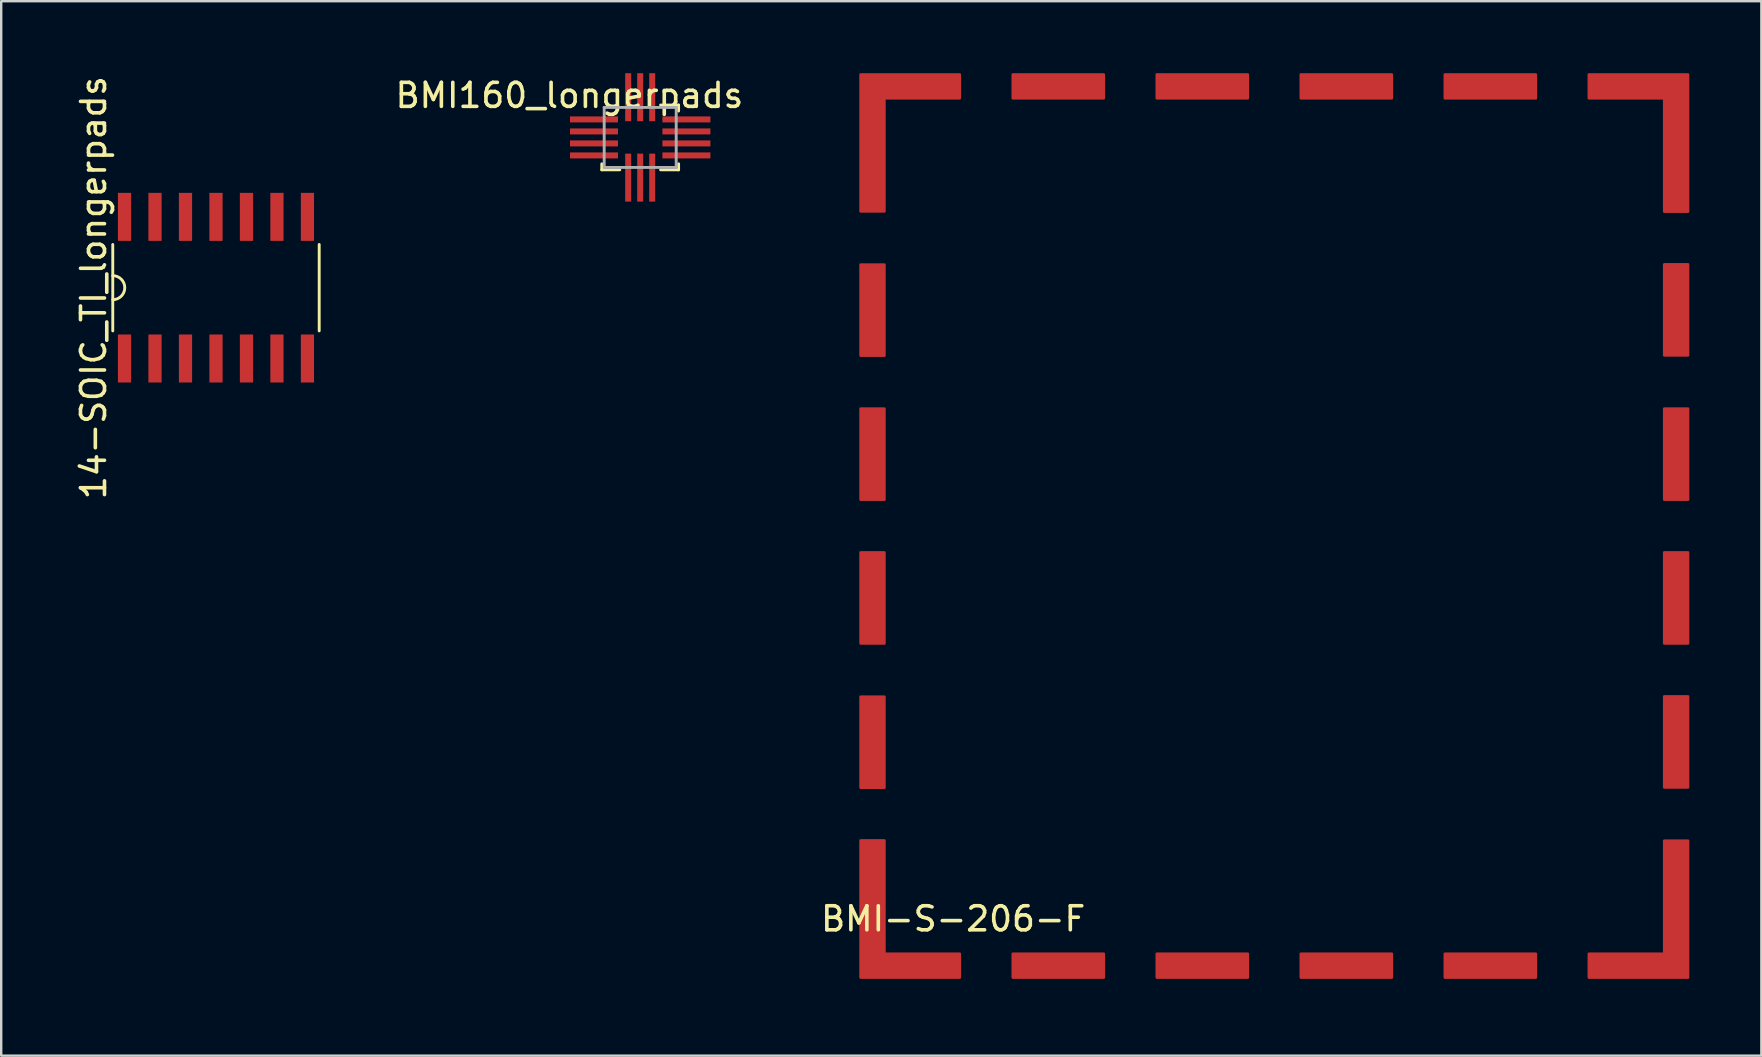
<source format=kicad_pcb>
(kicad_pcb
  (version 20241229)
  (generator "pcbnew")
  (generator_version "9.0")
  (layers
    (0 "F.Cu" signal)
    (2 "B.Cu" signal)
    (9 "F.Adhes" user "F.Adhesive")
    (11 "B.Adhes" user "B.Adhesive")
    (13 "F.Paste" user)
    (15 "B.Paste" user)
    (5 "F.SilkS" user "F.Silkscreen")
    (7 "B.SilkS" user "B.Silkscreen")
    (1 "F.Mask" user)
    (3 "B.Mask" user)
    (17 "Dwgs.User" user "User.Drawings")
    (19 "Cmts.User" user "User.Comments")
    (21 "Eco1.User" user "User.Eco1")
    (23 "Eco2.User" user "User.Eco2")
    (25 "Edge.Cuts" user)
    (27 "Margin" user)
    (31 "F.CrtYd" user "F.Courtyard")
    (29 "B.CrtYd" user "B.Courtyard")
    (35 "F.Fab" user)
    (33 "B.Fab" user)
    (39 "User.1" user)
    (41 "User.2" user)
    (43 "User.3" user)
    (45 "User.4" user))
  (footprint "BMI-S-206-F"
    (layer "F.Cu")
    (at 32.799 37.68)
    (property "Reference" "BMI-S-206-F" (at 3.86 -2.45 0) (layer "F.SilkS") (effects (font (size 1 1) (thickness 0.15))))
    (attr through_hole)
    (pad "1" smd custom (at 1.145 -0.515) (size 0.5 0.5) (layers "F.Cu" "F.Mask" "F.Paste") (options (anchor circle)) (primitives (gr_poly (pts (xy -0.145 -0.485) (xy 2.995 -0.485) (xy 2.995 0.515) (xy -1.145 0.515) (xy -1.145 -5.205) (xy -0.145 -5.205)) (width 0.1) (fill yes))))
    (pad "2" smd custom (at 8.42 -0.46) (size 0.5 0.5) (layers "F.Cu" "F.Mask" "F.Paste") (options (anchor circle)) (primitives (gr_poly (pts (xy 1.72 0.46) (xy -2.08 0.46) (xy -2.08 -0.54) (xy 1.72 -0.54)) (width 0.1) (fill yes))))
    (pad "3" smd custom (at 14.295 -0.44) (size 0.5 0.5) (layers "F.Cu" "F.Mask" "F.Paste") (options (anchor circle)) (primitives (gr_poly (pts (xy 1.845 0.44) (xy -1.955 0.44) (xy -1.955 -0.56) (xy 1.845 -0.56)) (width 0.1) (fill yes))))
    (pad "4" smd custom (at 20.115 -0.47) (size 0.5 0.5) (layers "F.Cu" "F.Mask" "F.Paste") (options (anchor circle)) (primitives (gr_poly (pts (xy 2.025 0.47) (xy -1.775 0.47) (xy -1.775 -0.53) (xy 2.025 -0.53)) (width 0.1) (fill yes))))
    (pad "5" smd custom (at 26.21 -0.44) (size 0.5 0.5) (layers "F.Cu" "F.Mask" "F.Paste") (options (anchor circle)) (primitives (gr_poly (pts (xy 1.93 0.44) (xy -1.87 0.44) (xy -1.87 -0.56) (xy 1.93 -0.56)) (width 0.1) (fill yes))))
    (pad "6" smd custom (at 33.77 -0.53) (size 0.5 0.5) (layers "F.Cu" "F.Mask" "F.Paste") (options (anchor circle)) (primitives (gr_poly (pts (xy -3.43 -0.47) (xy -0.29 -0.47) (xy -0.29 -5.18) (xy 0.71 -5.18) (xy 0.71 0.53) (xy -3.43 0.53)) (width 0.1) (fill yes))))
    (pad "7" smd custom (at 33.955 -9.35) (size 0.5 0.5) (layers "F.Cu" "F.Mask" "F.Paste") (options (anchor circle)) (primitives (gr_poly (pts (xy -0.475 -2.37) (xy 0.525 -2.37) (xy 0.525 1.43) (xy -0.475 1.43)) (width 0.1) (fill yes))))
    (pad "8" smd custom (at 33.98 -15.67) (size 0.5 0.5) (layers "F.Cu" "F.Mask" "F.Paste") (options (anchor circle)) (primitives (gr_poly (pts (xy -0.5 -2.05) (xy 0.5 -2.05) (xy 0.5 1.75) (xy -0.5 1.75)) (width 0.1) (fill yes))))
    (pad "9" smd custom (at 33.95 -21.825) (size 0.5 0.5) (layers "F.Cu" "F.Mask" "F.Paste") (options (anchor circle)) (primitives (gr_poly (pts (xy -0.47 -1.885) (xy 0.53 -1.885) (xy 0.53 1.915) (xy -0.47 1.915)) (width 0.1) (fill yes))))
    (pad "10" smd custom (at 33.98 -27.72) (size 0.5 0.5) (layers "F.Cu" "F.Mask" "F.Paste") (options (anchor circle)) (primitives (gr_poly (pts (xy -0.5 -2) (xy 0.5 -2) (xy 0.5 1.8) (xy -0.5 1.8)) (width 0.1) (fill yes))))
    (pad "11" smd custom (at 33.98 -35.56) (size 0.5 0.5) (layers "F.Cu" "F.Mask" "F.Paste") (options (anchor circle)) (primitives (gr_poly (pts (xy -0.5 -1.07) (xy -3.64 -1.07) (xy -3.64 -2.07) (xy 0.5 -2.07) (xy 0.5 3.65) (xy -0.5 3.65)) (width 0.1) (fill yes))))
    (pad "12" smd custom (at 26.445 -37.185) (size 0.5 0.5) (layers "F.Cu" "F.Mask" "F.Paste") (options (anchor circle)) (primitives (gr_poly (pts (xy -2.105 -0.445) (xy 1.695 -0.445) (xy 1.695 0.555) (xy -2.105 0.555)) (width 0.1) (fill yes))))
    (pad "13" smd custom (at 20.2 -37.195) (size 0.5 0.5) (layers "F.Cu" "F.Mask" "F.Paste") (options (anchor circle)) (primitives (gr_poly (pts (xy -1.86 -0.435) (xy 1.94 -0.435) (xy 1.94 0.565) (xy -1.86 0.565)) (width 0.1) (fill yes))))
    (pad "14" smd custom (at 14.235 -37.13) (size 0.5 0.5) (layers "F.Cu" "F.Mask" "F.Paste") (options (anchor circle)) (primitives (gr_poly (pts (xy -1.895 -0.5) (xy 1.905 -0.5) (xy 1.905 0.5) (xy -1.895 0.5)) (width 0.1) (fill yes))))
    (pad "15" smd custom (at 8.27 -37.13) (size 0.5 0.5) (layers "F.Cu" "F.Mask" "F.Paste") (options (anchor circle)) (primitives (gr_poly (pts (xy -1.93 -0.5) (xy 1.87 -0.5) (xy 1.87 0.5) (xy -1.93 0.5)) (width 0.1) (fill yes))))
    (pad "16" smd custom (at 0.55 -37.13) (size 0.5 0.5) (layers "F.Cu" "F.Mask" "F.Paste") (options (anchor circle)) (primitives (gr_poly (pts (xy 3.59 0.5) (xy 0.45 0.5) (xy 0.45 5.21) (xy -0.55 5.21) (xy -0.55 -0.5) (xy 3.59 -0.5)) (width 0.1) (fill yes))))
    (pad "17" smd custom (at 0.55 -27.84) (size 0.5 0.5) (layers "F.Cu" "F.Mask" "F.Paste") (options (anchor circle)) (primitives (gr_poly (pts (xy 0.45 1.93) (xy -0.55 1.93) (xy -0.55 -1.87) (xy 0.45 -1.87)) (width 0.1) (fill yes))))
    (pad "18" smd custom (at 0.55 -21.875) (size 0.5 0.5) (layers "F.Cu" "F.Mask" "F.Paste") (options (anchor circle)) (primitives (gr_poly (pts (xy 0.45 1.965) (xy -0.55 1.965) (xy -0.55 -1.835) (xy 0.45 -1.835)) (width 0.1) (fill yes))))
    (pad "19" smd custom (at 0.615 -15.975) (size 0.5 0.5) (layers "F.Cu" "F.Mask" "F.Paste") (options (anchor circle)) (primitives (gr_poly (pts (xy 0.385 2.055) (xy -0.615 2.055) (xy -0.615 -1.745) (xy 0.385 -1.745)) (width 0.1) (fill yes))))
    (pad "20" smd custom (at 0.615 -9.825) (size 0.5 0.5) (layers "F.Cu" "F.Mask" "F.Paste") (options (anchor circle)) (primitives (gr_poly (pts (xy 0.385 1.915) (xy -0.615 1.915) (xy -0.615 -1.885) (xy 0.385 -1.885)) (width 0.1) (fill yes)))))
  (footprint "14-SOIC_TI_longerpads"
    (layer "F.Cu")
    (at 5.948 8.935)
    (property "Reference" "14-SOIC_TI_longerpads" (at -5.1 0 90) (layer "F.SilkS") (effects (font (size 1 1) (thickness 0.15))))
    (attr through_hole)
    (fp_line (start -4.3 -1.8) (end -4.3 1.8) (stroke (width 0.12) (type solid)) (layer "F.SilkS"))
    (fp_line (start 4.3 -1.8) (end 4.3 1.8) (stroke (width 0.12) (type solid)) (layer "F.SilkS"))
    (fp_arc (start -4.3 -0.5) (mid -3.8 0) (end -4.3 0.5) (stroke (width 0.12) (type solid)) (layer "F.SilkS"))
    (pad "1" smd rect (at -3.81 2.95) (size 0.55 2) (layers "F.Cu" "F.Mask" "F.Paste"))
    (pad "2" smd rect (at -2.54 2.95) (size 0.55 2) (layers "F.Cu" "F.Mask" "F.Paste"))
    (pad "3" smd rect (at -1.27 2.95) (size 0.55 2) (layers "F.Cu" "F.Mask" "F.Paste"))
    (pad "4" smd rect (at 0 2.95) (size 0.55 2) (layers "F.Cu" "F.Mask" "F.Paste"))
    (pad "5" smd rect (at 1.27 2.95) (size 0.55 2) (layers "F.Cu" "F.Mask" "F.Paste"))
    (pad "6" smd rect (at 2.54 2.95) (size 0.55 2) (layers "F.Cu" "F.Mask" "F.Paste"))
    (pad "7" smd rect (at 3.81 2.95) (size 0.55 2) (layers "F.Cu" "F.Mask" "F.Paste"))
    (pad "8" smd rect (at 3.81 -2.95) (size 0.55 2) (layers "F.Cu" "F.Mask" "F.Paste"))
    (pad "9" smd rect (at 2.54 -2.95) (size 0.55 2) (layers "F.Cu" "F.Mask" "F.Paste"))
    (pad "10" smd rect (at 1.27 -2.95) (size 0.55 2) (layers "F.Cu" "F.Mask" "F.Paste"))
    (pad "11" smd rect (at 0 -2.95) (size 0.55 2) (layers "F.Cu" "F.Mask" "F.Paste"))
    (pad "12" smd rect (at -1.27 -2.95) (size 0.55 2) (layers "F.Cu" "F.Mask" "F.Paste"))
    (pad "13" smd rect (at -2.54 -2.95) (size 0.55 2) (layers "F.Cu" "F.Mask" "F.Paste"))
    (pad "14" smd rect (at -3.81 -2.95) (size 0.55 2) (layers "F.Cu" "F.Mask" "F.Paste")))
  (footprint "BMI160_longerpads"
    (layer "F.Cu")
    (at 23.621 2.675)
    (property "Reference" "BMI160_longerpads" (at -2.95 -1.75 0) (layer "F.SilkS") (effects (font (size 1 1) (thickness 0.15))))
    (attr through_hole)
    (fp_line (start -1.6 1.1) (end -1.6 1.35) (stroke (width 0.12) (type solid)) (layer "F.SilkS"))
    (fp_line (start -1.6 1.35) (end -0.85 1.35) (stroke (width 0.12) (type solid)) (layer "F.SilkS"))
    (fp_line (start 1.6 -1.35) (end 0.85 -1.35) (stroke (width 0.12) (type solid)) (layer "F.SilkS"))
    (fp_line (start 1.6 -1.1) (end 1.6 -1.35) (stroke (width 0.12) (type solid)) (layer "F.SilkS"))
    (fp_line (start 1.6 1.1) (end 1.6 1.35) (stroke (width 0.12) (type solid)) (layer "F.SilkS"))
    (fp_line (start 1.6 1.35) (end 0.85 1.35) (stroke (width 0.12) (type solid)) (layer "F.SilkS"))
    (fp_line (start -1.5 -1.25) (end 1.5 -1.25) (stroke (width 0.12) (type solid)) (layer "F.Fab"))
    (fp_line (start -1.5 1.25) (end -1.5 -1.25) (stroke (width 0.12) (type solid)) (layer "F.Fab"))
    (fp_line (start 1.5 -1.25) (end 1.5 1.25) (stroke (width 0.12) (type solid)) (layer "F.Fab"))
    (fp_line (start 1.5 1.25) (end -1.5 1.25) (stroke (width 0.12) (type solid)) (layer "F.Fab"))
    (pad "1" smd rect (at -1.925 -0.75) (size 2 0.25) (layers "F.Cu" "F.Mask" "F.Paste"))
    (pad "2" smd rect (at -1.925 -0.25) (size 2 0.25) (layers "F.Cu" "F.Mask" "F.Paste"))
    (pad "3" smd rect (at -1.925 0.25) (size 2 0.25) (layers "F.Cu" "F.Mask" "F.Paste"))
    (pad "4" smd rect (at -1.925 0.75) (size 2 0.25) (layers "F.Cu" "F.Mask" "F.Paste"))
    (pad "5" smd rect (at -0.5 1.675 90) (size 2 0.25) (layers "F.Cu" "F.Mask" "F.Paste"))
    (pad "6" smd rect (at 0 1.675 90) (size 2 0.25) (layers "F.Cu" "F.Mask" "F.Paste"))
    (pad "7" smd rect (at 0.5 1.675 90) (size 2 0.25) (layers "F.Cu" "F.Mask" "F.Paste"))
    (pad "8" smd rect (at 1.925 0.75 180) (size 2 0.25) (layers "F.Cu" "F.Mask" "F.Paste"))
    (pad "9" smd rect (at 1.925 0.25 180) (size 2 0.25) (layers "F.Cu" "F.Mask" "F.Paste"))
    (pad "10" smd rect (at 1.925 -0.25 180) (size 2 0.25) (layers "F.Cu" "F.Mask" "F.Paste"))
    (pad "11" smd rect (at 1.925 -0.75 180) (size 2 0.25) (layers "F.Cu" "F.Mask" "F.Paste"))
    (pad "12" smd rect (at 0.5 -1.675 270) (size 2 0.25) (layers "F.Cu" "F.Mask" "F.Paste"))
    (pad "13" smd rect (at 0 -1.675 270) (size 2 0.25) (layers "F.Cu" "F.Mask" "F.Paste"))
    (pad "14" smd rect (at -0.5 -1.675 270) (size 2 0.25) (layers "F.Cu" "F.Mask" "F.Paste")))
  (gr_rect
    (start -3 -3)
    (end 70.329 40.93)
    (stroke (width 0.1) (type default))
    (fill no)
    (layer "Edge.Cuts")))
</source>
